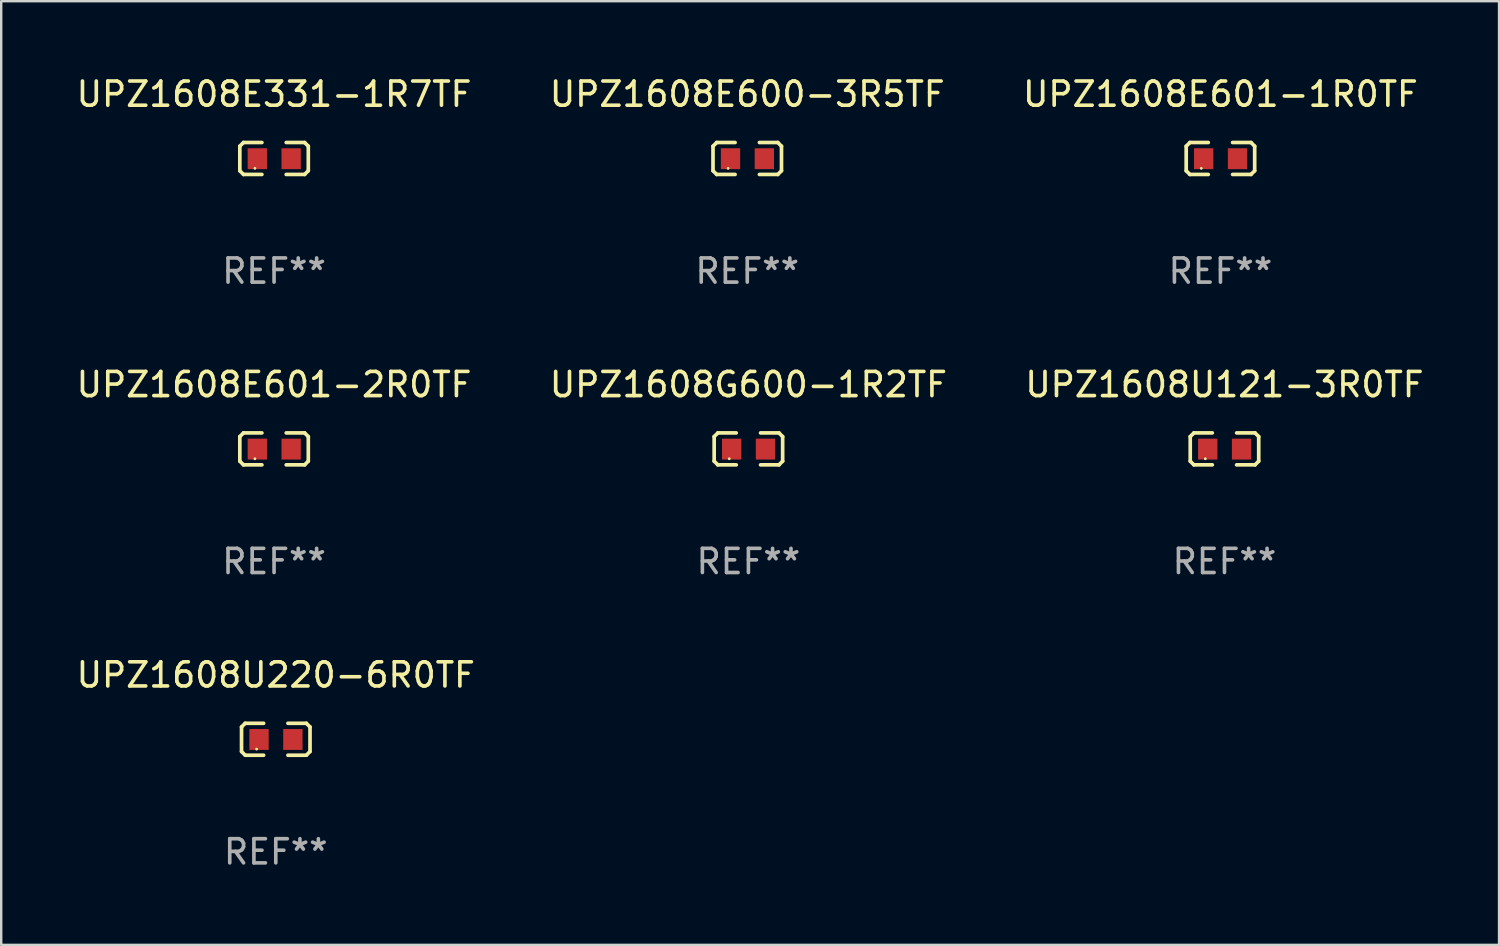
<source format=kicad_pcb>
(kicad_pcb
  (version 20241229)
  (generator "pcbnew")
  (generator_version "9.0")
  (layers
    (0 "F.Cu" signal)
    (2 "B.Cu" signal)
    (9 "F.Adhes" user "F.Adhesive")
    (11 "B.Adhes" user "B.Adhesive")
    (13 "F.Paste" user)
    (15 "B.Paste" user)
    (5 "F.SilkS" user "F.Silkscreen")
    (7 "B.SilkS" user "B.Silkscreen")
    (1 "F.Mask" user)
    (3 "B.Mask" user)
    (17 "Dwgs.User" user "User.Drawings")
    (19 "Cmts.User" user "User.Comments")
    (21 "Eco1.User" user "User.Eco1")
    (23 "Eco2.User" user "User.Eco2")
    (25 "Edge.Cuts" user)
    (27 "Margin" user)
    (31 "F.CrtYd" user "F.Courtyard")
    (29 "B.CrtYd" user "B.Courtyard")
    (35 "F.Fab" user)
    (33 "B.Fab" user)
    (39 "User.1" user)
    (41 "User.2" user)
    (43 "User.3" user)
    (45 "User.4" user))
  (footprint "UPZ1608E331-1R7TF"
    (layer "F.Cu")
    (at 8.292 3.509)
    (property "Reference" "UPZ1608E331-1R7TF" (at 0 -2.661 0) (layer "F.SilkS") (effects (font (size 1 1) (thickness 0.15))))
    (attr through_hole)
    (fp_line (start -1.417 -0.508) (end -1.265 -0.661) (stroke (width 0.152) (type solid)) (layer "F.SilkS"))
    (fp_line (start -1.417 0.508) (end -1.417 -0.508) (stroke (width 0.152) (type solid)) (layer "F.SilkS"))
    (fp_line (start -1.265 -0.661) (end -0.503 -0.661) (stroke (width 0.152) (type solid)) (layer "F.SilkS"))
    (fp_line (start -1.265 0.661) (end -1.417 0.508) (stroke (width 0.152) (type solid)) (layer "F.SilkS"))
    (fp_line (start -1.265 0.661) (end -0.503 0.661) (stroke (width 0.152) (type solid)) (layer "F.SilkS"))
    (fp_line (start 1.265 -0.661) (end 0.503 -0.661) (stroke (width 0.152) (type solid)) (layer "F.SilkS"))
    (fp_line (start 1.265 -0.661) (end 1.417 -0.508) (stroke (width 0.152) (type solid)) (layer "F.SilkS"))
    (fp_line (start 1.265 0.661) (end 0.503 0.661) (stroke (width 0.152) (type solid)) (layer "F.SilkS"))
    (fp_line (start 1.417 -0.508) (end 1.417 0.508) (stroke (width 0.152) (type solid)) (layer "F.SilkS"))
    (fp_line (start 1.417 0.508) (end 1.265 0.661) (stroke (width 0.152) (type solid)) (layer "F.SilkS"))
    (fp_circle (center -0.793 0.409) (end -0.763 0.409) (stroke (width 0.06) (type solid)) (fill no) (layer "F.SilkS"))
    (fp_text user "REF**" (at 0 4.661 0) (layer "F.Fab") (effects (font (size 1 1) (thickness 0.15))))
    (pad "1" smd rect (at -0.693 0.009 180) (size 0.8 0.864) (layers "F.Cu" "F.Mask" "F.Paste"))
    (pad "2" smd rect (at 0.707 0.009 180) (size 0.8 0.864) (layers "F.Cu" "F.Mask" "F.Paste")))
  (footprint "UPZ1608E601-1R0TF"
    (layer "F.Cu")
    (at 47.458 3.509)
    (property "Reference" "UPZ1608E601-1R0TF" (at 0 -2.661 0) (layer "F.SilkS") (effects (font (size 1 1) (thickness 0.15))))
    (attr through_hole)
    (fp_line (start -1.417 -0.508) (end -1.265 -0.661) (stroke (width 0.152) (type solid)) (layer "F.SilkS"))
    (fp_line (start -1.417 0.508) (end -1.417 -0.508) (stroke (width 0.152) (type solid)) (layer "F.SilkS"))
    (fp_line (start -1.265 -0.661) (end -0.503 -0.661) (stroke (width 0.152) (type solid)) (layer "F.SilkS"))
    (fp_line (start -1.265 0.661) (end -1.417 0.508) (stroke (width 0.152) (type solid)) (layer "F.SilkS"))
    (fp_line (start -1.265 0.661) (end -0.503 0.661) (stroke (width 0.152) (type solid)) (layer "F.SilkS"))
    (fp_line (start 1.265 -0.661) (end 0.503 -0.661) (stroke (width 0.152) (type solid)) (layer "F.SilkS"))
    (fp_line (start 1.265 -0.661) (end 1.417 -0.508) (stroke (width 0.152) (type solid)) (layer "F.SilkS"))
    (fp_line (start 1.265 0.661) (end 0.503 0.661) (stroke (width 0.152) (type solid)) (layer "F.SilkS"))
    (fp_line (start 1.417 -0.508) (end 1.417 0.508) (stroke (width 0.152) (type solid)) (layer "F.SilkS"))
    (fp_line (start 1.417 0.508) (end 1.265 0.661) (stroke (width 0.152) (type solid)) (layer "F.SilkS"))
    (fp_circle (center -0.793 0.409) (end -0.763 0.409) (stroke (width 0.06) (type solid)) (fill no) (layer "F.SilkS"))
    (fp_text user "REF**" (at 0 4.661 0) (layer "F.Fab") (effects (font (size 1 1) (thickness 0.15))))
    (pad "1" smd rect (at -0.693 0.009 180) (size 0.8 0.864) (layers "F.Cu" "F.Mask" "F.Paste"))
    (pad "2" smd rect (at 0.707 0.009 180) (size 0.8 0.864) (layers "F.Cu" "F.Mask" "F.Paste")))
  (footprint "UPZ1608G600-1R2TF"
    (layer "F.Cu")
    (at 27.923 15.527)
    (property "Reference" "UPZ1608G600-1R2TF" (at 0 -2.661 0) (layer "F.SilkS") (effects (font (size 1 1) (thickness 0.15))))
    (attr through_hole)
    (fp_line (start -1.417 -0.508) (end -1.265 -0.661) (stroke (width 0.152) (type solid)) (layer "F.SilkS"))
    (fp_line (start -1.417 0.508) (end -1.417 -0.508) (stroke (width 0.152) (type solid)) (layer "F.SilkS"))
    (fp_line (start -1.265 -0.661) (end -0.503 -0.661) (stroke (width 0.152) (type solid)) (layer "F.SilkS"))
    (fp_line (start -1.265 0.661) (end -1.417 0.508) (stroke (width 0.152) (type solid)) (layer "F.SilkS"))
    (fp_line (start -1.265 0.661) (end -0.503 0.661) (stroke (width 0.152) (type solid)) (layer "F.SilkS"))
    (fp_line (start 1.265 -0.661) (end 0.503 -0.661) (stroke (width 0.152) (type solid)) (layer "F.SilkS"))
    (fp_line (start 1.265 -0.661) (end 1.417 -0.508) (stroke (width 0.152) (type solid)) (layer "F.SilkS"))
    (fp_line (start 1.265 0.661) (end 0.503 0.661) (stroke (width 0.152) (type solid)) (layer "F.SilkS"))
    (fp_line (start 1.417 -0.508) (end 1.417 0.508) (stroke (width 0.152) (type solid)) (layer "F.SilkS"))
    (fp_line (start 1.417 0.508) (end 1.265 0.661) (stroke (width 0.152) (type solid)) (layer "F.SilkS"))
    (fp_circle (center -0.793 0.409) (end -0.763 0.409) (stroke (width 0.06) (type solid)) (fill no) (layer "F.SilkS"))
    (fp_text user "REF**" (at 0 4.661 0) (layer "F.Fab") (effects (font (size 1 1) (thickness 0.15))))
    (pad "1" smd rect (at -0.693 0.009 180) (size 0.8 0.864) (layers "F.Cu" "F.Mask" "F.Paste"))
    (pad "2" smd rect (at 0.707 0.009 180) (size 0.8 0.864) (layers "F.Cu" "F.Mask" "F.Paste")))
  (footprint "UPZ1608E601-2R0TF"
    (layer "F.Cu")
    (at 8.292 15.527)
    (property "Reference" "UPZ1608E601-2R0TF" (at 0 -2.661 0) (layer "F.SilkS") (effects (font (size 1 1) (thickness 0.15))))
    (attr through_hole)
    (fp_line (start -1.417 -0.508) (end -1.265 -0.661) (stroke (width 0.152) (type solid)) (layer "F.SilkS"))
    (fp_line (start -1.417 0.508) (end -1.417 -0.508) (stroke (width 0.152) (type solid)) (layer "F.SilkS"))
    (fp_line (start -1.265 -0.661) (end -0.503 -0.661) (stroke (width 0.152) (type solid)) (layer "F.SilkS"))
    (fp_line (start -1.265 0.661) (end -1.417 0.508) (stroke (width 0.152) (type solid)) (layer "F.SilkS"))
    (fp_line (start -1.265 0.661) (end -0.503 0.661) (stroke (width 0.152) (type solid)) (layer "F.SilkS"))
    (fp_line (start 1.265 -0.661) (end 0.503 -0.661) (stroke (width 0.152) (type solid)) (layer "F.SilkS"))
    (fp_line (start 1.265 -0.661) (end 1.417 -0.508) (stroke (width 0.152) (type solid)) (layer "F.SilkS"))
    (fp_line (start 1.265 0.661) (end 0.503 0.661) (stroke (width 0.152) (type solid)) (layer "F.SilkS"))
    (fp_line (start 1.417 -0.508) (end 1.417 0.508) (stroke (width 0.152) (type solid)) (layer "F.SilkS"))
    (fp_line (start 1.417 0.508) (end 1.265 0.661) (stroke (width 0.152) (type solid)) (layer "F.SilkS"))
    (fp_circle (center -0.793 0.409) (end -0.763 0.409) (stroke (width 0.06) (type solid)) (fill no) (layer "F.SilkS"))
    (fp_text user "REF**" (at 0 4.661 0) (layer "F.Fab") (effects (font (size 1 1) (thickness 0.15))))
    (pad "1" smd rect (at -0.693 0.009 180) (size 0.8 0.864) (layers "F.Cu" "F.Mask" "F.Paste"))
    (pad "2" smd rect (at 0.707 0.009 180) (size 0.8 0.864) (layers "F.Cu" "F.Mask" "F.Paste")))
  (footprint "UPZ1608E600-3R5TF"
    (layer "F.Cu")
    (at 27.875 3.509)
    (property "Reference" "UPZ1608E600-3R5TF" (at 0 -2.661 0) (layer "F.SilkS") (effects (font (size 1 1) (thickness 0.15))))
    (attr through_hole)
    (fp_line (start -1.417 -0.508) (end -1.265 -0.661) (stroke (width 0.152) (type solid)) (layer "F.SilkS"))
    (fp_line (start -1.417 0.508) (end -1.417 -0.508) (stroke (width 0.152) (type solid)) (layer "F.SilkS"))
    (fp_line (start -1.265 -0.661) (end -0.503 -0.661) (stroke (width 0.152) (type solid)) (layer "F.SilkS"))
    (fp_line (start -1.265 0.661) (end -1.417 0.508) (stroke (width 0.152) (type solid)) (layer "F.SilkS"))
    (fp_line (start -1.265 0.661) (end -0.503 0.661) (stroke (width 0.152) (type solid)) (layer "F.SilkS"))
    (fp_line (start 1.265 -0.661) (end 0.503 -0.661) (stroke (width 0.152) (type solid)) (layer "F.SilkS"))
    (fp_line (start 1.265 -0.661) (end 1.417 -0.508) (stroke (width 0.152) (type solid)) (layer "F.SilkS"))
    (fp_line (start 1.265 0.661) (end 0.503 0.661) (stroke (width 0.152) (type solid)) (layer "F.SilkS"))
    (fp_line (start 1.417 -0.508) (end 1.417 0.508) (stroke (width 0.152) (type solid)) (layer "F.SilkS"))
    (fp_line (start 1.417 0.508) (end 1.265 0.661) (stroke (width 0.152) (type solid)) (layer "F.SilkS"))
    (fp_circle (center -0.793 0.409) (end -0.763 0.409) (stroke (width 0.06) (type solid)) (fill no) (layer "F.SilkS"))
    (fp_text user "REF**" (at 0 4.661 0) (layer "F.Fab") (effects (font (size 1 1) (thickness 0.15))))
    (pad "1" smd rect (at -0.693 0.009 180) (size 0.8 0.864) (layers "F.Cu" "F.Mask" "F.Paste"))
    (pad "2" smd rect (at 0.707 0.009 180) (size 0.8 0.864) (layers "F.Cu" "F.Mask" "F.Paste")))
  (footprint "UPZ1608U220-6R0TF"
    (layer "F.Cu")
    (at 8.363 27.544)
    (property "Reference" "UPZ1608U220-6R0TF" (at 0 -2.661 0) (layer "F.SilkS") (effects (font (size 1 1) (thickness 0.15))))
    (attr through_hole)
    (fp_line (start -1.417 -0.508) (end -1.265 -0.661) (stroke (width 0.152) (type solid)) (layer "F.SilkS"))
    (fp_line (start -1.417 0.508) (end -1.417 -0.508) (stroke (width 0.152) (type solid)) (layer "F.SilkS"))
    (fp_line (start -1.265 -0.661) (end -0.503 -0.661) (stroke (width 0.152) (type solid)) (layer "F.SilkS"))
    (fp_line (start -1.265 0.661) (end -1.417 0.508) (stroke (width 0.152) (type solid)) (layer "F.SilkS"))
    (fp_line (start -1.265 0.661) (end -0.503 0.661) (stroke (width 0.152) (type solid)) (layer "F.SilkS"))
    (fp_line (start 1.265 -0.661) (end 0.503 -0.661) (stroke (width 0.152) (type solid)) (layer "F.SilkS"))
    (fp_line (start 1.265 -0.661) (end 1.417 -0.508) (stroke (width 0.152) (type solid)) (layer "F.SilkS"))
    (fp_line (start 1.265 0.661) (end 0.503 0.661) (stroke (width 0.152) (type solid)) (layer "F.SilkS"))
    (fp_line (start 1.417 -0.508) (end 1.417 0.508) (stroke (width 0.152) (type solid)) (layer "F.SilkS"))
    (fp_line (start 1.417 0.508) (end 1.265 0.661) (stroke (width 0.152) (type solid)) (layer "F.SilkS"))
    (fp_circle (center -0.793 0.409) (end -0.763 0.409) (stroke (width 0.06) (type solid)) (fill no) (layer "F.SilkS"))
    (fp_text user "REF**" (at 0 4.661 0) (layer "F.Fab") (effects (font (size 1 1) (thickness 0.15))))
    (pad "1" smd rect (at -0.693 0.009 180) (size 0.8 0.864) (layers "F.Cu" "F.Mask" "F.Paste"))
    (pad "2" smd rect (at 0.707 0.009 180) (size 0.8 0.864) (layers "F.Cu" "F.Mask" "F.Paste")))
  (footprint "UPZ1608U121-3R0TF"
    (layer "F.Cu")
    (at 47.625 15.527)
    (property "Reference" "UPZ1608U121-3R0TF" (at 0 -2.661 0) (layer "F.SilkS") (effects (font (size 1 1) (thickness 0.15))))
    (attr through_hole)
    (fp_line (start -1.417 -0.508) (end -1.265 -0.661) (stroke (width 0.152) (type solid)) (layer "F.SilkS"))
    (fp_line (start -1.417 0.508) (end -1.417 -0.508) (stroke (width 0.152) (type solid)) (layer "F.SilkS"))
    (fp_line (start -1.265 -0.661) (end -0.503 -0.661) (stroke (width 0.152) (type solid)) (layer "F.SilkS"))
    (fp_line (start -1.265 0.661) (end -1.417 0.508) (stroke (width 0.152) (type solid)) (layer "F.SilkS"))
    (fp_line (start -1.265 0.661) (end -0.503 0.661) (stroke (width 0.152) (type solid)) (layer "F.SilkS"))
    (fp_line (start 1.265 -0.661) (end 0.503 -0.661) (stroke (width 0.152) (type solid)) (layer "F.SilkS"))
    (fp_line (start 1.265 -0.661) (end 1.417 -0.508) (stroke (width 0.152) (type solid)) (layer "F.SilkS"))
    (fp_line (start 1.265 0.661) (end 0.503 0.661) (stroke (width 0.152) (type solid)) (layer "F.SilkS"))
    (fp_line (start 1.417 -0.508) (end 1.417 0.508) (stroke (width 0.152) (type solid)) (layer "F.SilkS"))
    (fp_line (start 1.417 0.508) (end 1.265 0.661) (stroke (width 0.152) (type solid)) (layer "F.SilkS"))
    (fp_circle (center -0.793 0.409) (end -0.763 0.409) (stroke (width 0.06) (type solid)) (fill no) (layer "F.SilkS"))
    (fp_text user "REF**" (at 0 4.661 0) (layer "F.Fab") (effects (font (size 1 1) (thickness 0.15))))
    (pad "1" smd rect (at -0.693 0.009 180) (size 0.8 0.864) (layers "F.Cu" "F.Mask" "F.Paste"))
    (pad "2" smd rect (at 0.707 0.009 180) (size 0.8 0.864) (layers "F.Cu" "F.Mask" "F.Paste")))
  (gr_rect
    (start -3 -3)
    (end 58.988 36.053)
    (stroke (width 0.1) (type default))
    (fill no)
    (layer "Edge.Cuts")))
</source>
